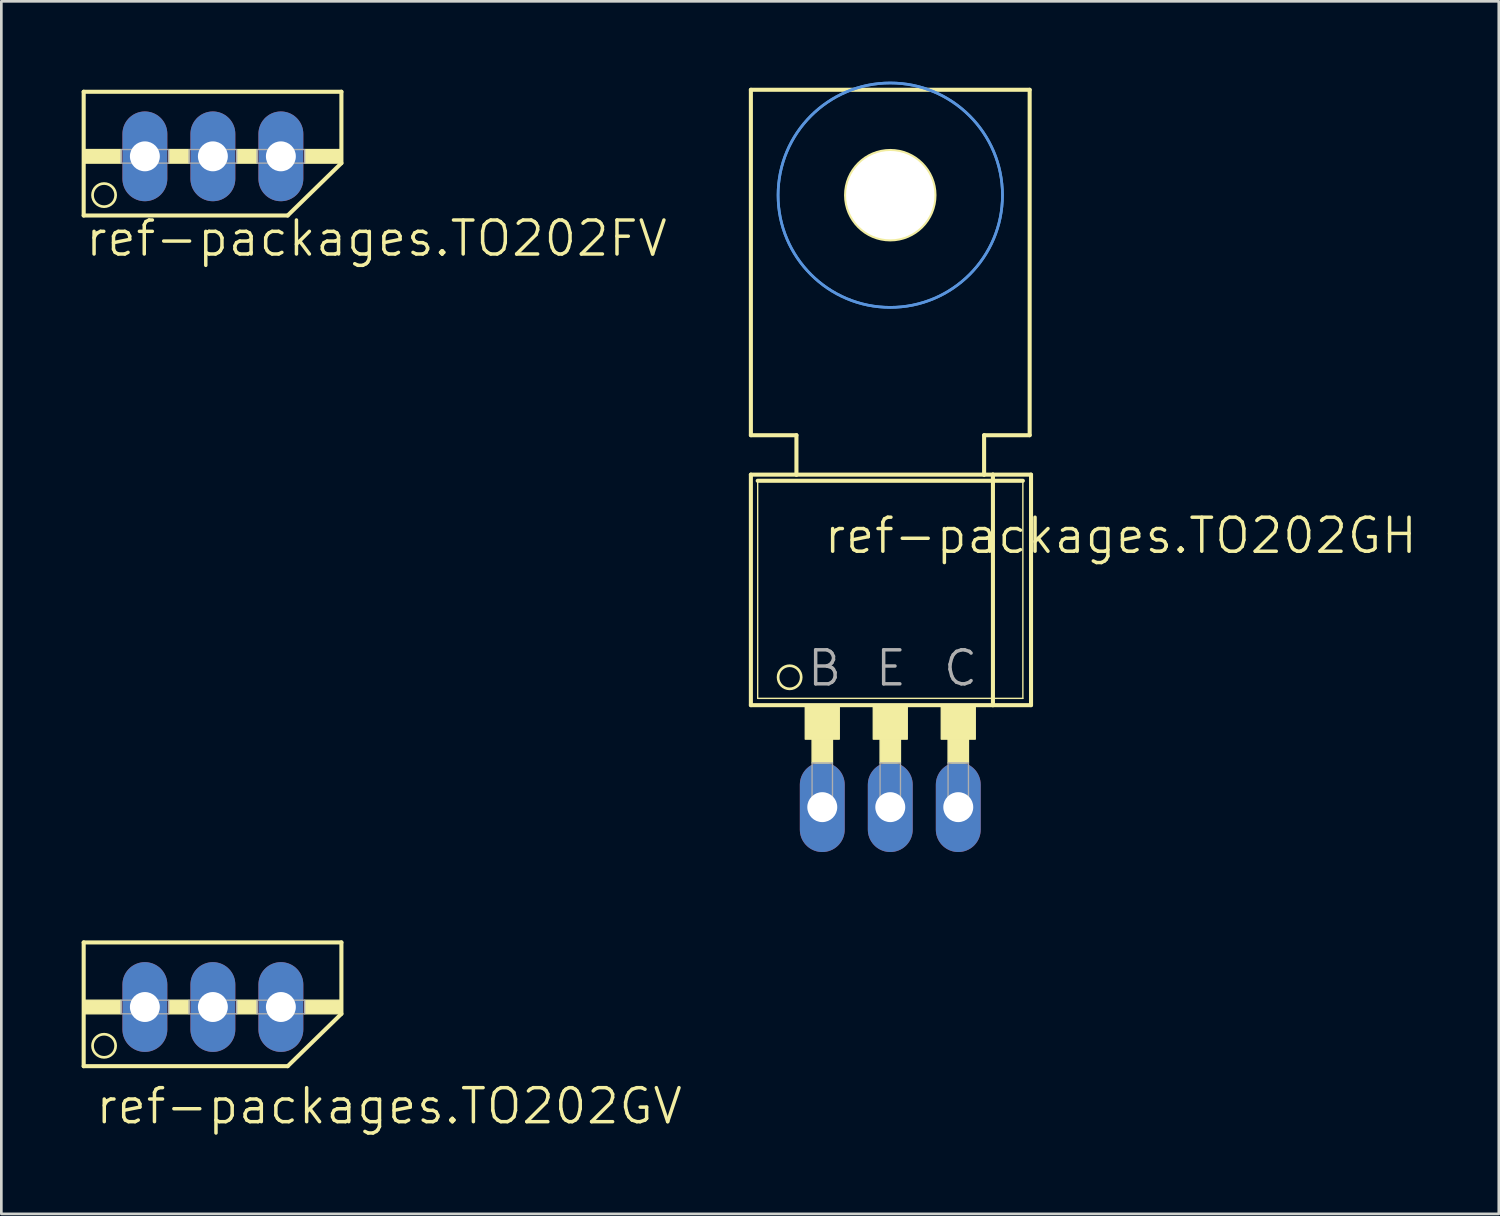
<source format=kicad_pcb>
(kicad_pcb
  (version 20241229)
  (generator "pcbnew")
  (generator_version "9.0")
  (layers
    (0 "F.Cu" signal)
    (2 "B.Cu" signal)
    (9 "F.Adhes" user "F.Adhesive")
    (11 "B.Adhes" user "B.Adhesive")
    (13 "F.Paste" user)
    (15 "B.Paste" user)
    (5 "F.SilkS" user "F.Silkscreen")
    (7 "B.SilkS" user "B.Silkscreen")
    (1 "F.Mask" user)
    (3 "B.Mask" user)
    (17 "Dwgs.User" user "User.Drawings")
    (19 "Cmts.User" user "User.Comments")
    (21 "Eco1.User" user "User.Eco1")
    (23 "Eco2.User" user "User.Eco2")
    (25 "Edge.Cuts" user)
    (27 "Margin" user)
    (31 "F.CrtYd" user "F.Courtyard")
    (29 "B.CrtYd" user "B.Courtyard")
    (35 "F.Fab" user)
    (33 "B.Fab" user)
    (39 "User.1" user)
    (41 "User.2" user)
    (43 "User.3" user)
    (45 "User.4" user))
  (footprint "ref-packages.TO202FV"
    (layer "F.Cu")
    (at 4.902 0.25)
    (property "Reference" "ref-packages.TO202FV" (at -4.826 6.35 0) (layer "F.SilkS") (effects (font (size 1.27 1.27) (thickness 0.13)) (justify left bottom)))
    (attr through_hole)
    (fp_line (start -4.826 0.127) (end 4.801 0.127) (stroke (width 0.152) (type default)) (layer "F.SilkS"))
    (fp_line (start -4.826 4.75) (end -4.826 0.127) (stroke (width 0.152) (type default)) (layer "F.SilkS"))
    (fp_line (start -4.826 4.75) (end 2.794 4.75) (stroke (width 0.152) (type default)) (layer "F.SilkS"))
    (fp_line (start 2.794 4.75) (end 4.801 2.794) (stroke (width 0.152) (type default)) (layer "F.SilkS"))
    (fp_line (start 4.801 0.127) (end 4.801 2.794) (stroke (width 0.152) (type default)) (layer "F.SilkS"))
    (fp_rect (start -4.826 2.794) (end -3.429 2.286) (stroke (width 0.05) (type default)) (fill yes) (layer "F.SilkS"))
    (fp_rect (start -1.651 2.794) (end -0.889 2.286) (stroke (width 0.05) (type default)) (fill yes) (layer "F.SilkS"))
    (fp_rect (start 0.889 2.794) (end 1.651 2.286) (stroke (width 0.05) (type default)) (fill yes) (layer "F.SilkS"))
    (fp_rect (start 3.429 2.794) (end 4.826 2.286) (stroke (width 0.05) (type default)) (fill yes) (layer "F.SilkS"))
    (fp_circle (center -4.064 3.988) (end -3.632 3.988) (stroke (width 0.1) (type default)) (fill no) (layer "F.SilkS"))
    (fp_rect (start -3.429 2.794) (end -1.651 2.286) (stroke (width 0.05) (type default)) (fill no) (layer "F.Fab"))
    (fp_rect (start -0.889 2.794) (end 0.889 2.286) (stroke (width 0.05) (type default)) (fill no) (layer "F.Fab"))
    (fp_rect (start 1.651 2.794) (end 3.429 2.286) (stroke (width 0.05) (type default)) (fill no) (layer "F.Fab"))
    (pad "D" thru_hole oval (at 0 2.54 90) (size 3.353 1.676) (drill 1.118) (layers "*.Cu" "*.Mask"))
    (pad "G" thru_hole oval (at -2.54 2.54 90) (size 3.353 1.676) (drill 1.118) (layers "*.Cu" "*.Mask"))
    (pad "S" thru_hole oval (at 2.54 2.54 90) (size 3.353 1.676) (drill 1.118) (layers "*.Cu" "*.Mask")))
  (footprint "ref-packages.TO202GV"
    (layer "F.Cu")
    (at 4.902 32.027)
    (property "Reference" "ref-packages.TO202GV" (at -4.445 6.985 0) (layer "F.SilkS") (effects (font (size 1.27 1.27) (thickness 0.13)) (justify left bottom)))
    (attr through_hole)
    (fp_line (start -4.826 0.127) (end 4.801 0.127) (stroke (width 0.152) (type default)) (layer "F.SilkS"))
    (fp_line (start -4.826 4.75) (end -4.826 0.127) (stroke (width 0.152) (type default)) (layer "F.SilkS"))
    (fp_line (start -4.826 4.75) (end 2.794 4.75) (stroke (width 0.152) (type default)) (layer "F.SilkS"))
    (fp_line (start 2.794 4.75) (end 4.801 2.794) (stroke (width 0.152) (type default)) (layer "F.SilkS"))
    (fp_line (start 4.801 0.127) (end 4.801 2.794) (stroke (width 0.152) (type default)) (layer "F.SilkS"))
    (fp_rect (start -4.826 2.794) (end -3.429 2.286) (stroke (width 0.05) (type default)) (fill yes) (layer "F.SilkS"))
    (fp_rect (start -1.651 2.794) (end -0.889 2.286) (stroke (width 0.05) (type default)) (fill yes) (layer "F.SilkS"))
    (fp_rect (start 0.889 2.794) (end 1.651 2.286) (stroke (width 0.05) (type default)) (fill yes) (layer "F.SilkS"))
    (fp_rect (start 3.429 2.794) (end 4.826 2.286) (stroke (width 0.05) (type default)) (fill yes) (layer "F.SilkS"))
    (fp_circle (center -4.064 3.988) (end -3.632 3.988) (stroke (width 0.1) (type default)) (fill no) (layer "F.SilkS"))
    (fp_rect (start -3.429 2.794) (end -1.651 2.286) (stroke (width 0.05) (type default)) (fill no) (layer "F.Fab"))
    (fp_rect (start -0.889 2.794) (end 0.889 2.286) (stroke (width 0.05) (type default)) (fill no) (layer "F.Fab"))
    (fp_rect (start 1.651 2.794) (end 3.429 2.286) (stroke (width 0.05) (type default)) (fill no) (layer "F.Fab"))
    (pad "B" thru_hole oval (at -2.54 2.54 90) (size 3.353 1.676) (drill 1.118) (layers "*.Cu" "*.Mask"))
    (pad "C" thru_hole oval (at 2.54 2.54 90) (size 3.353 1.676) (drill 1.118) (layers "*.Cu" "*.Mask"))
    (pad "E" thru_hole oval (at 0 2.54 90) (size 3.353 1.676) (drill 1.118) (layers "*.Cu" "*.Mask")))
  (footprint "ref-packages.TO202GH"
    (layer "F.Cu")
    (at 30.206 22.021)
    (property "Reference" "ref-packages.TO202GH" (at -2.54 -4.318 0) (layer "F.SilkS") (effects (font (size 1.27 1.27) (thickness 0.13)) (justify left bottom)))
    (attr through_hole)
    (fp_line (start -5.207 -21.717) (end -5.207 -8.814) (stroke (width 0.152) (type default)) (layer "F.SilkS"))
    (fp_line (start -5.207 -7.341) (end -3.505 -7.341) (stroke (width 0.152) (type default)) (layer "F.SilkS"))
    (fp_line (start -5.207 1.27) (end -5.207 -7.341) (stroke (width 0.152) (type default)) (layer "F.SilkS"))
    (fp_line (start -5.207 1.27) (end 3.835 1.27) (stroke (width 0.152) (type default)) (layer "F.SilkS"))
    (fp_line (start -4.953 1.016) (end -4.953 -7.112) (stroke (width 0.051) (type default)) (layer "F.SilkS"))
    (fp_line (start -4.953 1.016) (end 4.953 1.016) (stroke (width 0.051) (type default)) (layer "F.SilkS"))
    (fp_line (start -3.505 -8.814) (end -5.207 -8.814) (stroke (width 0.152) (type default)) (layer "F.SilkS"))
    (fp_line (start -3.505 -7.341) (end -3.505 -8.814) (stroke (width 0.152) (type default)) (layer "F.SilkS"))
    (fp_line (start -3.505 -7.341) (end 3.505 -7.341) (stroke (width 0.152) (type default)) (layer "F.SilkS"))
    (fp_line (start 3.505 -8.814) (end 3.505 -7.341) (stroke (width 0.152) (type default)) (layer "F.SilkS"))
    (fp_line (start 3.505 -7.341) (end 3.835 -7.341) (stroke (width 0.152) (type default)) (layer "F.SilkS"))
    (fp_line (start 3.835 -7.341) (end 5.258 -7.341) (stroke (width 0.152) (type default)) (layer "F.SilkS"))
    (fp_line (start 3.835 1.27) (end 3.835 -7.341) (stroke (width 0.152) (type default)) (layer "F.SilkS"))
    (fp_line (start 3.835 1.27) (end 5.258 1.27) (stroke (width 0.152) (type default)) (layer "F.SilkS"))
    (fp_line (start 4.953 -7.112) (end -4.953 -7.112) (stroke (width 0.152) (type default)) (layer "F.SilkS"))
    (fp_line (start 4.953 -7.112) (end 4.953 1.016) (stroke (width 0.051) (type default)) (layer "F.SilkS"))
    (fp_line (start 5.207 -21.717) (end -5.207 -21.717) (stroke (width 0.152) (type default)) (layer "F.SilkS"))
    (fp_line (start 5.207 -21.717) (end 5.207 -8.814) (stroke (width 0.152) (type default)) (layer "F.SilkS"))
    (fp_line (start 5.207 -8.814) (end 3.505 -8.814) (stroke (width 0.152) (type default)) (layer "F.SilkS"))
    (fp_line (start 5.258 1.27) (end 5.258 -7.341) (stroke (width 0.152) (type default)) (layer "F.SilkS"))
    (fp_rect (start -3.175 2.54) (end -1.905 1.27) (stroke (width 0.05) (type default)) (fill yes) (layer "F.SilkS"))
    (fp_rect (start -2.921 3.429) (end -2.159 2.54) (stroke (width 0.05) (type default)) (fill yes) (layer "F.SilkS"))
    (fp_rect (start -0.635 2.54) (end 0.635 1.27) (stroke (width 0.05) (type default)) (fill yes) (layer "F.SilkS"))
    (fp_rect (start -0.381 3.429) (end 0.381 2.54) (stroke (width 0.05) (type default)) (fill yes) (layer "F.SilkS"))
    (fp_rect (start 1.905 2.54) (end 3.175 1.27) (stroke (width 0.05) (type default)) (fill yes) (layer "F.SilkS"))
    (fp_rect (start 2.159 3.429) (end 2.921 2.54) (stroke (width 0.05) (type default)) (fill yes) (layer "F.SilkS"))
    (fp_circle (center -3.759 0.229) (end -3.327 0.229) (stroke (width 0.1) (type default)) (fill no) (layer "F.SilkS"))
    (fp_circle (center 0 -17.78) (end 1.651 -17.78) (stroke (width 0.152) (type default)) (fill no) (layer "F.SilkS"))
    (fp_circle (center 0 -17.78) (end 4.191 -17.78) (stroke (width 0.1) (type default)) (fill no) (layer "Cmts.User"))
    (fp_circle (center 0 -17.78) (end 4.191 -17.78) (stroke (width 0.1) (type default)) (fill no) (layer "Cmts.User"))
    (fp_rect (start -2.921 5.08) (end -2.159 3.429) (stroke (width 0.05) (type default)) (fill no) (layer "F.Fab"))
    (fp_rect (start -0.381 5.08) (end 0.381 3.429) (stroke (width 0.05) (type default)) (fill no) (layer "F.Fab"))
    (fp_rect (start 2.159 5.08) (end 2.921 3.429) (stroke (width 0.05) (type default)) (fill no) (layer "F.Fab"))
    (fp_text user "E" (at -0.635 0.635 0) (layer "F.Fab") (effects (font (size 1.27 1.27) (thickness 0.13)) (justify left bottom)))
    (fp_text user "B" (at -3.175 0.635 0) (layer "F.Fab") (effects (font (size 1.27 1.27) (thickness 0.13)) (justify left bottom)))
    (fp_text user "C" (at 1.905 0.635 0) (layer "F.Fab") (effects (font (size 1.27 1.27) (thickness 0.13)) (justify left bottom)))
    (pad "" np_thru_hole circle (at 0 -17.78) (size 3.302 3.302) (drill 3.302) (layers "*.Cu" "*.Mask"))
    (pad "B" thru_hole oval (at -2.54 5.08 90) (size 3.353 1.676) (drill 1.118) (layers "*.Cu" "*.Mask"))
    (pad "C" thru_hole oval (at 2.54 5.08 90) (size 3.353 1.676) (drill 1.118) (layers "*.Cu" "*.Mask"))
    (pad "E" thru_hole oval (at 0 5.08 90) (size 3.353 1.676) (drill 1.118) (layers "*.Cu" "*.Mask")))
  (gr_rect
    (start -3 -3)
    (end 52.937 42.295)
    (stroke (width 0.1) (type default))
    (fill no)
    (layer "Edge.Cuts")))
</source>
